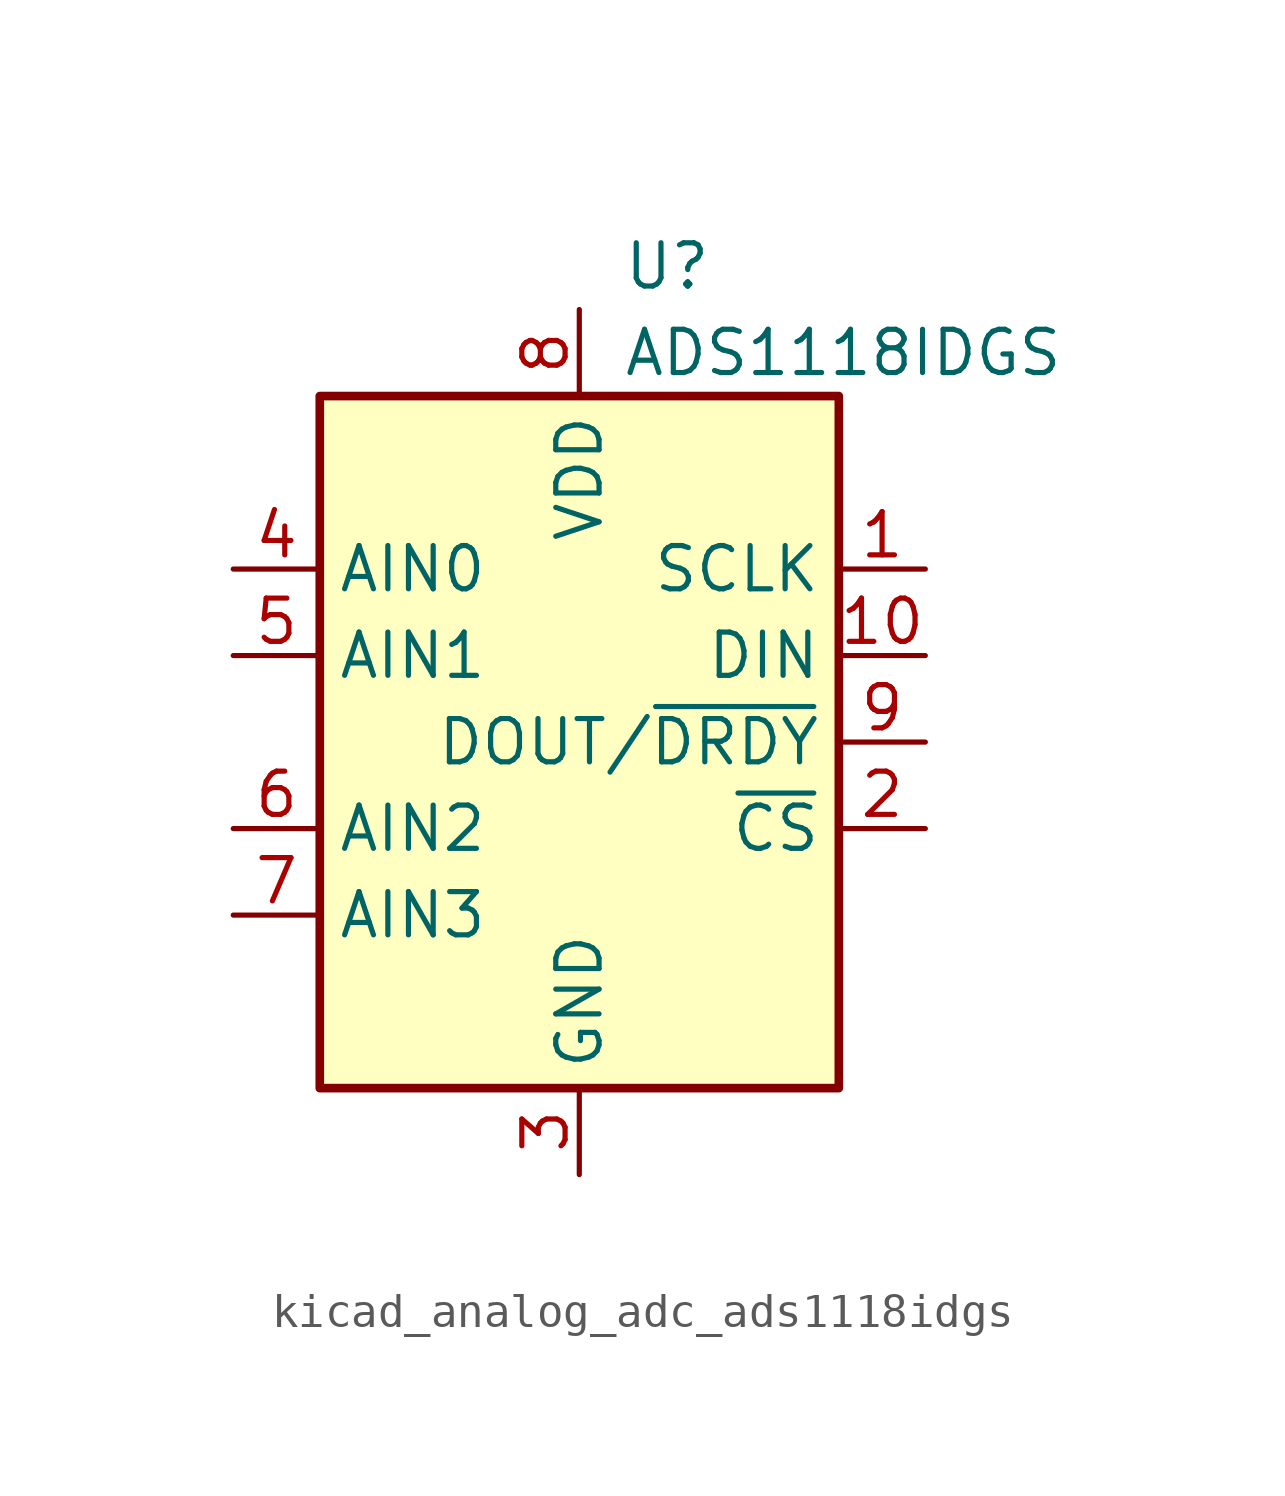
<source format=kicad_sym>
(kicad_symbol_lib
  (version 20220914)
  (generator kicad_symbol_editor)
  (symbol "kicad_analog_adc_ads1118idgs"
    (property "Reference" "U"
      (at 1.27 13.97 0)
      (effects (font (size 1.27 1.27)) (justify left)))
    (property "Value" "ADS1118IDGS"
      (at 1.27 11.43 0)
      (effects (font (size 1.27 1.27)) (justify left)))
    (symbol "kicad_analog_adc_ads1118idgs_0_1"
      (rectangle (start 7.62 10.16) (end -7.62 -10.16) (stroke (width 0.254) (type default)) (fill (type background))))
    (symbol "kicad_analog_adc_ads1118idgs_1_1"
      (pin input line (at 10.16 5.08 180) (length 2.54) (name "SCLK" (effects (font (size 1.27 1.27)))) (number "1" (effects (font (size 1.27 1.27)))))
      (pin input line (at 10.16 2.54 180) (length 2.54) (name "DIN" (effects (font (size 1.27 1.27)))) (number "10" (effects (font (size 1.27 1.27)))))
      (pin input line (at 10.16 -2.54 180) (length 2.54) (name "~{CS}" (effects (font (size 1.27 1.27)))) (number "2" (effects (font (size 1.27 1.27)))))
      (pin power_in line (at 0 -12.7 90) (length 2.54) (name "GND" (effects (font (size 1.27 1.27)))) (number "3" (effects (font (size 1.27 1.27)))))
      (pin input line (at -10.16 5.08 0) (length 2.54) (name "AIN0" (effects (font (size 1.27 1.27)))) (number "4" (effects (font (size 1.27 1.27)))))
      (pin input line (at -10.16 2.54 0) (length 2.54) (name "AIN1" (effects (font (size 1.27 1.27)))) (number "5" (effects (font (size 1.27 1.27)))))
      (pin input line (at -10.16 -2.54 0) (length 2.54) (name "AIN2" (effects (font (size 1.27 1.27)))) (number "6" (effects (font (size 1.27 1.27)))))
      (pin input line (at -10.16 -5.08 0) (length 2.54) (name "AIN3" (effects (font (size 1.27 1.27)))) (number "7" (effects (font (size 1.27 1.27)))))
      (pin power_in line (at 0 12.7 270) (length 2.54) (name "VDD" (effects (font (size 1.27 1.27)))) (number "8" (effects (font (size 1.27 1.27)))))
      (pin output line (at 10.16 0 180) (length 2.54) (name "DOUT/~{DRDY}" (effects (font (size 1.27 1.27)))) (number "9" (effects (font (size 1.27 1.27))))))))
</source>
